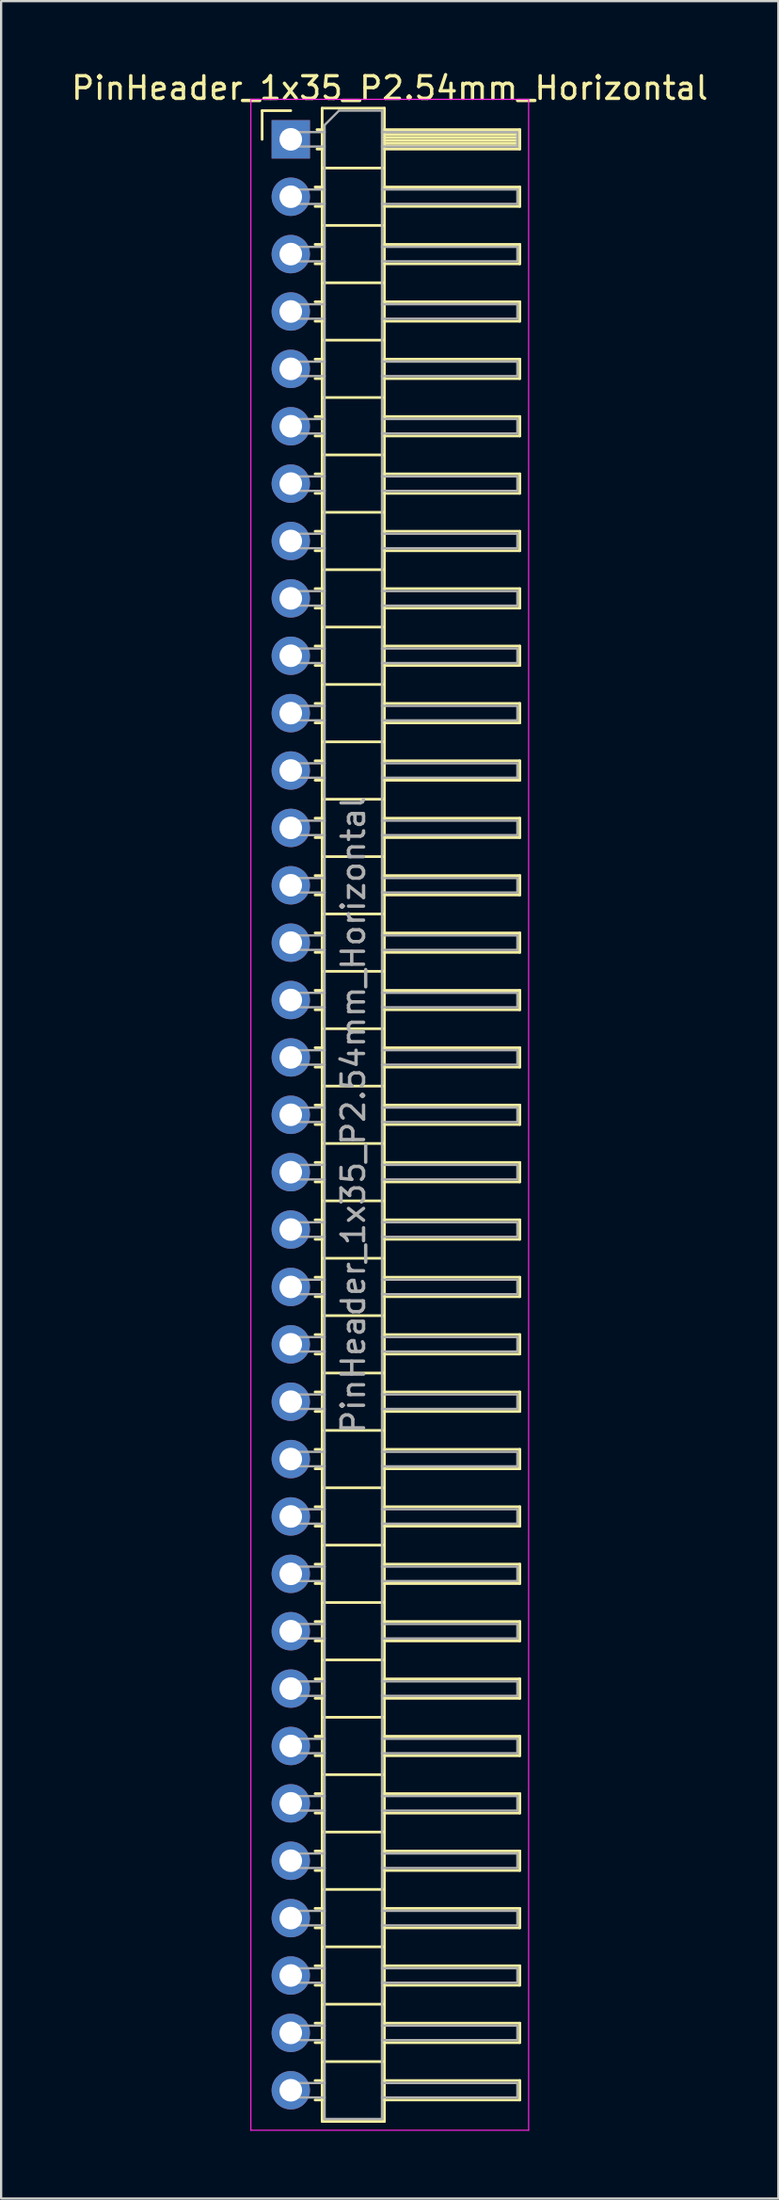
<source format=kicad_pcb>
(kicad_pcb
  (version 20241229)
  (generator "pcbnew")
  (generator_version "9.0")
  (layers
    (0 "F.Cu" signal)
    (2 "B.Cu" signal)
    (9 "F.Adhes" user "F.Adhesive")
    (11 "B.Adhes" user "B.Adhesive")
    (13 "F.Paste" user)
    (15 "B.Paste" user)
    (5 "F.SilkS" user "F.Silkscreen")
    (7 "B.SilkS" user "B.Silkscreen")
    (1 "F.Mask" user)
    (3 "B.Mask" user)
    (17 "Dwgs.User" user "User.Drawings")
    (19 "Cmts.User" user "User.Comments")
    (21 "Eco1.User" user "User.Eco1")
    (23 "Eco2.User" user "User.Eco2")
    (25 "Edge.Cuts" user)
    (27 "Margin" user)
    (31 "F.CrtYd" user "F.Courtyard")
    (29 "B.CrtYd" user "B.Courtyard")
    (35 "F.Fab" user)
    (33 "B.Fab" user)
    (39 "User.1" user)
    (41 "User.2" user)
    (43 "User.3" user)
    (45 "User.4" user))
  (footprint "PinHeader_1x35_P2.54mm_Horizontal"
    (layer "F.Cu")
    (at 9.835 3.118)
    (property "Reference" "PinHeader_1x35_P2.54mm_Horizontal" (at 4.385 -2.27 0) (layer "F.SilkS") (effects (font (size 1 1) (thickness 0.15))))
    (attr through_hole)
    (fp_line (start -1.27 -1.27) (end 0 -1.27) (stroke (width 0.12) (type solid)) (layer "F.SilkS"))
    (fp_line (start -1.27 0) (end -1.27 -1.27) (stroke (width 0.12) (type solid)) (layer "F.SilkS"))
    (fp_line (start 1.077 2.11) (end 1.39 2.11) (stroke (width 0.12) (type solid)) (layer "F.SilkS"))
    (fp_line (start 1.077 2.97) (end 1.39 2.97) (stroke (width 0.12) (type solid)) (layer "F.SilkS"))
    (fp_line (start 1.077 4.65) (end 1.39 4.65) (stroke (width 0.12) (type solid)) (layer "F.SilkS"))
    (fp_line (start 1.077 5.51) (end 1.39 5.51) (stroke (width 0.12) (type solid)) (layer "F.SilkS"))
    (fp_line (start 1.077 7.19) (end 1.39 7.19) (stroke (width 0.12) (type solid)) (layer "F.SilkS"))
    (fp_line (start 1.077 8.05) (end 1.39 8.05) (stroke (width 0.12) (type solid)) (layer "F.SilkS"))
    (fp_line (start 1.077 9.73) (end 1.39 9.73) (stroke (width 0.12) (type solid)) (layer "F.SilkS"))
    (fp_line (start 1.077 10.59) (end 1.39 10.59) (stroke (width 0.12) (type solid)) (layer "F.SilkS"))
    (fp_line (start 1.077 12.27) (end 1.39 12.27) (stroke (width 0.12) (type solid)) (layer "F.SilkS"))
    (fp_line (start 1.077 13.13) (end 1.39 13.13) (stroke (width 0.12) (type solid)) (layer "F.SilkS"))
    (fp_line (start 1.077 14.81) (end 1.39 14.81) (stroke (width 0.12) (type solid)) (layer "F.SilkS"))
    (fp_line (start 1.077 15.67) (end 1.39 15.67) (stroke (width 0.12) (type solid)) (layer "F.SilkS"))
    (fp_line (start 1.077 17.35) (end 1.39 17.35) (stroke (width 0.12) (type solid)) (layer "F.SilkS"))
    (fp_line (start 1.077 18.21) (end 1.39 18.21) (stroke (width 0.12) (type solid)) (layer "F.SilkS"))
    (fp_line (start 1.077 19.89) (end 1.39 19.89) (stroke (width 0.12) (type solid)) (layer "F.SilkS"))
    (fp_line (start 1.077 20.75) (end 1.39 20.75) (stroke (width 0.12) (type solid)) (layer "F.SilkS"))
    (fp_line (start 1.077 22.43) (end 1.39 22.43) (stroke (width 0.12) (type solid)) (layer "F.SilkS"))
    (fp_line (start 1.077 23.29) (end 1.39 23.29) (stroke (width 0.12) (type solid)) (layer "F.SilkS"))
    (fp_line (start 1.077 24.97) (end 1.39 24.97) (stroke (width 0.12) (type solid)) (layer "F.SilkS"))
    (fp_line (start 1.077 25.83) (end 1.39 25.83) (stroke (width 0.12) (type solid)) (layer "F.SilkS"))
    (fp_line (start 1.077 27.51) (end 1.39 27.51) (stroke (width 0.12) (type solid)) (layer "F.SilkS"))
    (fp_line (start 1.077 28.37) (end 1.39 28.37) (stroke (width 0.12) (type solid)) (layer "F.SilkS"))
    (fp_line (start 1.077 30.05) (end 1.39 30.05) (stroke (width 0.12) (type solid)) (layer "F.SilkS"))
    (fp_line (start 1.077 30.91) (end 1.39 30.91) (stroke (width 0.12) (type solid)) (layer "F.SilkS"))
    (fp_line (start 1.077 32.59) (end 1.39 32.59) (stroke (width 0.12) (type solid)) (layer "F.SilkS"))
    (fp_line (start 1.077 33.45) (end 1.39 33.45) (stroke (width 0.12) (type solid)) (layer "F.SilkS"))
    (fp_line (start 1.077 35.13) (end 1.39 35.13) (stroke (width 0.12) (type solid)) (layer "F.SilkS"))
    (fp_line (start 1.077 35.99) (end 1.39 35.99) (stroke (width 0.12) (type solid)) (layer "F.SilkS"))
    (fp_line (start 1.077 37.67) (end 1.39 37.67) (stroke (width 0.12) (type solid)) (layer "F.SilkS"))
    (fp_line (start 1.077 38.53) (end 1.39 38.53) (stroke (width 0.12) (type solid)) (layer "F.SilkS"))
    (fp_line (start 1.077 40.21) (end 1.39 40.21) (stroke (width 0.12) (type solid)) (layer "F.SilkS"))
    (fp_line (start 1.077 41.07) (end 1.39 41.07) (stroke (width 0.12) (type solid)) (layer "F.SilkS"))
    (fp_line (start 1.077 42.75) (end 1.39 42.75) (stroke (width 0.12) (type solid)) (layer "F.SilkS"))
    (fp_line (start 1.077 43.61) (end 1.39 43.61) (stroke (width 0.12) (type solid)) (layer "F.SilkS"))
    (fp_line (start 1.077 45.29) (end 1.39 45.29) (stroke (width 0.12) (type solid)) (layer "F.SilkS"))
    (fp_line (start 1.077 46.15) (end 1.39 46.15) (stroke (width 0.12) (type solid)) (layer "F.SilkS"))
    (fp_line (start 1.077 47.83) (end 1.39 47.83) (stroke (width 0.12) (type solid)) (layer "F.SilkS"))
    (fp_line (start 1.077 48.69) (end 1.39 48.69) (stroke (width 0.12) (type solid)) (layer "F.SilkS"))
    (fp_line (start 1.077 50.37) (end 1.39 50.37) (stroke (width 0.12) (type solid)) (layer "F.SilkS"))
    (fp_line (start 1.077 51.23) (end 1.39 51.23) (stroke (width 0.12) (type solid)) (layer "F.SilkS"))
    (fp_line (start 1.077 52.91) (end 1.39 52.91) (stroke (width 0.12) (type solid)) (layer "F.SilkS"))
    (fp_line (start 1.077 53.77) (end 1.39 53.77) (stroke (width 0.12) (type solid)) (layer "F.SilkS"))
    (fp_line (start 1.077 55.45) (end 1.39 55.45) (stroke (width 0.12) (type solid)) (layer "F.SilkS"))
    (fp_line (start 1.077 56.31) (end 1.39 56.31) (stroke (width 0.12) (type solid)) (layer "F.SilkS"))
    (fp_line (start 1.077 57.99) (end 1.39 57.99) (stroke (width 0.12) (type solid)) (layer "F.SilkS"))
    (fp_line (start 1.077 58.85) (end 1.39 58.85) (stroke (width 0.12) (type solid)) (layer "F.SilkS"))
    (fp_line (start 1.077 60.53) (end 1.39 60.53) (stroke (width 0.12) (type solid)) (layer "F.SilkS"))
    (fp_line (start 1.077 61.39) (end 1.39 61.39) (stroke (width 0.12) (type solid)) (layer "F.SilkS"))
    (fp_line (start 1.077 63.07) (end 1.39 63.07) (stroke (width 0.12) (type solid)) (layer "F.SilkS"))
    (fp_line (start 1.077 63.93) (end 1.39 63.93) (stroke (width 0.12) (type solid)) (layer "F.SilkS"))
    (fp_line (start 1.077 65.61) (end 1.39 65.61) (stroke (width 0.12) (type solid)) (layer "F.SilkS"))
    (fp_line (start 1.077 66.47) (end 1.39 66.47) (stroke (width 0.12) (type solid)) (layer "F.SilkS"))
    (fp_line (start 1.077 68.15) (end 1.39 68.15) (stroke (width 0.12) (type solid)) (layer "F.SilkS"))
    (fp_line (start 1.077 69.01) (end 1.39 69.01) (stroke (width 0.12) (type solid)) (layer "F.SilkS"))
    (fp_line (start 1.077 70.69) (end 1.39 70.69) (stroke (width 0.12) (type solid)) (layer "F.SilkS"))
    (fp_line (start 1.077 71.55) (end 1.39 71.55) (stroke (width 0.12) (type solid)) (layer "F.SilkS"))
    (fp_line (start 1.077 73.23) (end 1.39 73.23) (stroke (width 0.12) (type solid)) (layer "F.SilkS"))
    (fp_line (start 1.077 74.09) (end 1.39 74.09) (stroke (width 0.12) (type solid)) (layer "F.SilkS"))
    (fp_line (start 1.077 75.77) (end 1.39 75.77) (stroke (width 0.12) (type solid)) (layer "F.SilkS"))
    (fp_line (start 1.077 76.63) (end 1.39 76.63) (stroke (width 0.12) (type solid)) (layer "F.SilkS"))
    (fp_line (start 1.077 78.31) (end 1.39 78.31) (stroke (width 0.12) (type solid)) (layer "F.SilkS"))
    (fp_line (start 1.077 79.17) (end 1.39 79.17) (stroke (width 0.12) (type solid)) (layer "F.SilkS"))
    (fp_line (start 1.077 80.85) (end 1.39 80.85) (stroke (width 0.12) (type solid)) (layer "F.SilkS"))
    (fp_line (start 1.077 81.71) (end 1.39 81.71) (stroke (width 0.12) (type solid)) (layer "F.SilkS"))
    (fp_line (start 1.077 83.39) (end 1.39 83.39) (stroke (width 0.12) (type solid)) (layer "F.SilkS"))
    (fp_line (start 1.077 84.25) (end 1.39 84.25) (stroke (width 0.12) (type solid)) (layer "F.SilkS"))
    (fp_line (start 1.077 85.93) (end 1.39 85.93) (stroke (width 0.12) (type solid)) (layer "F.SilkS"))
    (fp_line (start 1.077 86.79) (end 1.39 86.79) (stroke (width 0.12) (type solid)) (layer "F.SilkS"))
    (fp_line (start 1.16 -0.43) (end 1.39 -0.43) (stroke (width 0.12) (type solid)) (layer "F.SilkS"))
    (fp_line (start 1.16 0.43) (end 1.39 0.43) (stroke (width 0.12) (type solid)) (layer "F.SilkS"))
    (fp_line (start 1.39 -1.38) (end 1.39 87.74) (stroke (width 0.12) (type solid)) (layer "F.SilkS"))
    (fp_line (start 1.39 1.27) (end 4.15 1.27) (stroke (width 0.12) (type solid)) (layer "F.SilkS"))
    (fp_line (start 1.39 3.81) (end 4.15 3.81) (stroke (width 0.12) (type solid)) (layer "F.SilkS"))
    (fp_line (start 1.39 6.35) (end 4.15 6.35) (stroke (width 0.12) (type solid)) (layer "F.SilkS"))
    (fp_line (start 1.39 8.89) (end 4.15 8.89) (stroke (width 0.12) (type solid)) (layer "F.SilkS"))
    (fp_line (start 1.39 11.43) (end 4.15 11.43) (stroke (width 0.12) (type solid)) (layer "F.SilkS"))
    (fp_line (start 1.39 13.97) (end 4.15 13.97) (stroke (width 0.12) (type solid)) (layer "F.SilkS"))
    (fp_line (start 1.39 16.51) (end 4.15 16.51) (stroke (width 0.12) (type solid)) (layer "F.SilkS"))
    (fp_line (start 1.39 19.05) (end 4.15 19.05) (stroke (width 0.12) (type solid)) (layer "F.SilkS"))
    (fp_line (start 1.39 21.59) (end 4.15 21.59) (stroke (width 0.12) (type solid)) (layer "F.SilkS"))
    (fp_line (start 1.39 24.13) (end 4.15 24.13) (stroke (width 0.12) (type solid)) (layer "F.SilkS"))
    (fp_line (start 1.39 26.67) (end 4.15 26.67) (stroke (width 0.12) (type solid)) (layer "F.SilkS"))
    (fp_line (start 1.39 29.21) (end 4.15 29.21) (stroke (width 0.12) (type solid)) (layer "F.SilkS"))
    (fp_line (start 1.39 31.75) (end 4.15 31.75) (stroke (width 0.12) (type solid)) (layer "F.SilkS"))
    (fp_line (start 1.39 34.29) (end 4.15 34.29) (stroke (width 0.12) (type solid)) (layer "F.SilkS"))
    (fp_line (start 1.39 36.83) (end 4.15 36.83) (stroke (width 0.12) (type solid)) (layer "F.SilkS"))
    (fp_line (start 1.39 39.37) (end 4.15 39.37) (stroke (width 0.12) (type solid)) (layer "F.SilkS"))
    (fp_line (start 1.39 41.91) (end 4.15 41.91) (stroke (width 0.12) (type solid)) (layer "F.SilkS"))
    (fp_line (start 1.39 44.45) (end 4.15 44.45) (stroke (width 0.12) (type solid)) (layer "F.SilkS"))
    (fp_line (start 1.39 46.99) (end 4.15 46.99) (stroke (width 0.12) (type solid)) (layer "F.SilkS"))
    (fp_line (start 1.39 49.53) (end 4.15 49.53) (stroke (width 0.12) (type solid)) (layer "F.SilkS"))
    (fp_line (start 1.39 52.07) (end 4.15 52.07) (stroke (width 0.12) (type solid)) (layer "F.SilkS"))
    (fp_line (start 1.39 54.61) (end 4.15 54.61) (stroke (width 0.12) (type solid)) (layer "F.SilkS"))
    (fp_line (start 1.39 57.15) (end 4.15 57.15) (stroke (width 0.12) (type solid)) (layer "F.SilkS"))
    (fp_line (start 1.39 59.69) (end 4.15 59.69) (stroke (width 0.12) (type solid)) (layer "F.SilkS"))
    (fp_line (start 1.39 62.23) (end 4.15 62.23) (stroke (width 0.12) (type solid)) (layer "F.SilkS"))
    (fp_line (start 1.39 64.77) (end 4.15 64.77) (stroke (width 0.12) (type solid)) (layer "F.SilkS"))
    (fp_line (start 1.39 67.31) (end 4.15 67.31) (stroke (width 0.12) (type solid)) (layer "F.SilkS"))
    (fp_line (start 1.39 69.85) (end 4.15 69.85) (stroke (width 0.12) (type solid)) (layer "F.SilkS"))
    (fp_line (start 1.39 72.39) (end 4.15 72.39) (stroke (width 0.12) (type solid)) (layer "F.SilkS"))
    (fp_line (start 1.39 74.93) (end 4.15 74.93) (stroke (width 0.12) (type solid)) (layer "F.SilkS"))
    (fp_line (start 1.39 77.47) (end 4.15 77.47) (stroke (width 0.12) (type solid)) (layer "F.SilkS"))
    (fp_line (start 1.39 80.01) (end 4.15 80.01) (stroke (width 0.12) (type solid)) (layer "F.SilkS"))
    (fp_line (start 1.39 82.55) (end 4.15 82.55) (stroke (width 0.12) (type solid)) (layer "F.SilkS"))
    (fp_line (start 1.39 85.09) (end 4.15 85.09) (stroke (width 0.12) (type solid)) (layer "F.SilkS"))
    (fp_line (start 1.39 87.74) (end 4.15 87.74) (stroke (width 0.12) (type solid)) (layer "F.SilkS"))
    (fp_line (start 4.15 -1.38) (end 1.39 -1.38) (stroke (width 0.12) (type solid)) (layer "F.SilkS"))
    (fp_line (start 4.15 -0.43) (end 10.15 -0.43) (stroke (width 0.12) (type solid)) (layer "F.SilkS"))
    (fp_line (start 4.15 -0.32) (end 10.15 -0.32) (stroke (width 0.12) (type solid)) (layer "F.SilkS"))
    (fp_line (start 4.15 -0.2) (end 10.15 -0.2) (stroke (width 0.12) (type solid)) (layer "F.SilkS"))
    (fp_line (start 4.15 -0.08) (end 10.15 -0.08) (stroke (width 0.12) (type solid)) (layer "F.SilkS"))
    (fp_line (start 4.15 0.04) (end 10.15 0.04) (stroke (width 0.12) (type solid)) (layer "F.SilkS"))
    (fp_line (start 4.15 0.16) (end 10.15 0.16) (stroke (width 0.12) (type solid)) (layer "F.SilkS"))
    (fp_line (start 4.15 0.28) (end 10.15 0.28) (stroke (width 0.12) (type solid)) (layer "F.SilkS"))
    (fp_line (start 4.15 2.11) (end 10.15 2.11) (stroke (width 0.12) (type solid)) (layer "F.SilkS"))
    (fp_line (start 4.15 4.65) (end 10.15 4.65) (stroke (width 0.12) (type solid)) (layer "F.SilkS"))
    (fp_line (start 4.15 7.19) (end 10.15 7.19) (stroke (width 0.12) (type solid)) (layer "F.SilkS"))
    (fp_line (start 4.15 9.73) (end 10.15 9.73) (stroke (width 0.12) (type solid)) (layer "F.SilkS"))
    (fp_line (start 4.15 12.27) (end 10.15 12.27) (stroke (width 0.12) (type solid)) (layer "F.SilkS"))
    (fp_line (start 4.15 14.81) (end 10.15 14.81) (stroke (width 0.12) (type solid)) (layer "F.SilkS"))
    (fp_line (start 4.15 17.35) (end 10.15 17.35) (stroke (width 0.12) (type solid)) (layer "F.SilkS"))
    (fp_line (start 4.15 19.89) (end 10.15 19.89) (stroke (width 0.12) (type solid)) (layer "F.SilkS"))
    (fp_line (start 4.15 22.43) (end 10.15 22.43) (stroke (width 0.12) (type solid)) (layer "F.SilkS"))
    (fp_line (start 4.15 24.97) (end 10.15 24.97) (stroke (width 0.12) (type solid)) (layer "F.SilkS"))
    (fp_line (start 4.15 27.51) (end 10.15 27.51) (stroke (width 0.12) (type solid)) (layer "F.SilkS"))
    (fp_line (start 4.15 30.05) (end 10.15 30.05) (stroke (width 0.12) (type solid)) (layer "F.SilkS"))
    (fp_line (start 4.15 32.59) (end 10.15 32.59) (stroke (width 0.12) (type solid)) (layer "F.SilkS"))
    (fp_line (start 4.15 35.13) (end 10.15 35.13) (stroke (width 0.12) (type solid)) (layer "F.SilkS"))
    (fp_line (start 4.15 37.67) (end 10.15 37.67) (stroke (width 0.12) (type solid)) (layer "F.SilkS"))
    (fp_line (start 4.15 40.21) (end 10.15 40.21) (stroke (width 0.12) (type solid)) (layer "F.SilkS"))
    (fp_line (start 4.15 42.75) (end 10.15 42.75) (stroke (width 0.12) (type solid)) (layer "F.SilkS"))
    (fp_line (start 4.15 45.29) (end 10.15 45.29) (stroke (width 0.12) (type solid)) (layer "F.SilkS"))
    (fp_line (start 4.15 47.83) (end 10.15 47.83) (stroke (width 0.12) (type solid)) (layer "F.SilkS"))
    (fp_line (start 4.15 50.37) (end 10.15 50.37) (stroke (width 0.12) (type solid)) (layer "F.SilkS"))
    (fp_line (start 4.15 52.91) (end 10.15 52.91) (stroke (width 0.12) (type solid)) (layer "F.SilkS"))
    (fp_line (start 4.15 55.45) (end 10.15 55.45) (stroke (width 0.12) (type solid)) (layer "F.SilkS"))
    (fp_line (start 4.15 57.99) (end 10.15 57.99) (stroke (width 0.12) (type solid)) (layer "F.SilkS"))
    (fp_line (start 4.15 60.53) (end 10.15 60.53) (stroke (width 0.12) (type solid)) (layer "F.SilkS"))
    (fp_line (start 4.15 63.07) (end 10.15 63.07) (stroke (width 0.12) (type solid)) (layer "F.SilkS"))
    (fp_line (start 4.15 65.61) (end 10.15 65.61) (stroke (width 0.12) (type solid)) (layer "F.SilkS"))
    (fp_line (start 4.15 68.15) (end 10.15 68.15) (stroke (width 0.12) (type solid)) (layer "F.SilkS"))
    (fp_line (start 4.15 70.69) (end 10.15 70.69) (stroke (width 0.12) (type solid)) (layer "F.SilkS"))
    (fp_line (start 4.15 73.23) (end 10.15 73.23) (stroke (width 0.12) (type solid)) (layer "F.SilkS"))
    (fp_line (start 4.15 75.77) (end 10.15 75.77) (stroke (width 0.12) (type solid)) (layer "F.SilkS"))
    (fp_line (start 4.15 78.31) (end 10.15 78.31) (stroke (width 0.12) (type solid)) (layer "F.SilkS"))
    (fp_line (start 4.15 80.85) (end 10.15 80.85) (stroke (width 0.12) (type solid)) (layer "F.SilkS"))
    (fp_line (start 4.15 83.39) (end 10.15 83.39) (stroke (width 0.12) (type solid)) (layer "F.SilkS"))
    (fp_line (start 4.15 85.93) (end 10.15 85.93) (stroke (width 0.12) (type solid)) (layer "F.SilkS"))
    (fp_line (start 4.15 87.74) (end 4.15 -1.38) (stroke (width 0.12) (type solid)) (layer "F.SilkS"))
    (fp_line (start 10.15 -0.43) (end 10.15 0.43) (stroke (width 0.12) (type solid)) (layer "F.SilkS"))
    (fp_line (start 10.15 0.43) (end 4.15 0.43) (stroke (width 0.12) (type solid)) (layer "F.SilkS"))
    (fp_line (start 10.15 2.11) (end 10.15 2.97) (stroke (width 0.12) (type solid)) (layer "F.SilkS"))
    (fp_line (start 10.15 2.97) (end 4.15 2.97) (stroke (width 0.12) (type solid)) (layer "F.SilkS"))
    (fp_line (start 10.15 4.65) (end 10.15 5.51) (stroke (width 0.12) (type solid)) (layer "F.SilkS"))
    (fp_line (start 10.15 5.51) (end 4.15 5.51) (stroke (width 0.12) (type solid)) (layer "F.SilkS"))
    (fp_line (start 10.15 7.19) (end 10.15 8.05) (stroke (width 0.12) (type solid)) (layer "F.SilkS"))
    (fp_line (start 10.15 8.05) (end 4.15 8.05) (stroke (width 0.12) (type solid)) (layer "F.SilkS"))
    (fp_line (start 10.15 9.73) (end 10.15 10.59) (stroke (width 0.12) (type solid)) (layer "F.SilkS"))
    (fp_line (start 10.15 10.59) (end 4.15 10.59) (stroke (width 0.12) (type solid)) (layer "F.SilkS"))
    (fp_line (start 10.15 12.27) (end 10.15 13.13) (stroke (width 0.12) (type solid)) (layer "F.SilkS"))
    (fp_line (start 10.15 13.13) (end 4.15 13.13) (stroke (width 0.12) (type solid)) (layer "F.SilkS"))
    (fp_line (start 10.15 14.81) (end 10.15 15.67) (stroke (width 0.12) (type solid)) (layer "F.SilkS"))
    (fp_line (start 10.15 15.67) (end 4.15 15.67) (stroke (width 0.12) (type solid)) (layer "F.SilkS"))
    (fp_line (start 10.15 17.35) (end 10.15 18.21) (stroke (width 0.12) (type solid)) (layer "F.SilkS"))
    (fp_line (start 10.15 18.21) (end 4.15 18.21) (stroke (width 0.12) (type solid)) (layer "F.SilkS"))
    (fp_line (start 10.15 19.89) (end 10.15 20.75) (stroke (width 0.12) (type solid)) (layer "F.SilkS"))
    (fp_line (start 10.15 20.75) (end 4.15 20.75) (stroke (width 0.12) (type solid)) (layer "F.SilkS"))
    (fp_line (start 10.15 22.43) (end 10.15 23.29) (stroke (width 0.12) (type solid)) (layer "F.SilkS"))
    (fp_line (start 10.15 23.29) (end 4.15 23.29) (stroke (width 0.12) (type solid)) (layer "F.SilkS"))
    (fp_line (start 10.15 24.97) (end 10.15 25.83) (stroke (width 0.12) (type solid)) (layer "F.SilkS"))
    (fp_line (start 10.15 25.83) (end 4.15 25.83) (stroke (width 0.12) (type solid)) (layer "F.SilkS"))
    (fp_line (start 10.15 27.51) (end 10.15 28.37) (stroke (width 0.12) (type solid)) (layer "F.SilkS"))
    (fp_line (start 10.15 28.37) (end 4.15 28.37) (stroke (width 0.12) (type solid)) (layer "F.SilkS"))
    (fp_line (start 10.15 30.05) (end 10.15 30.91) (stroke (width 0.12) (type solid)) (layer "F.SilkS"))
    (fp_line (start 10.15 30.91) (end 4.15 30.91) (stroke (width 0.12) (type solid)) (layer "F.SilkS"))
    (fp_line (start 10.15 32.59) (end 10.15 33.45) (stroke (width 0.12) (type solid)) (layer "F.SilkS"))
    (fp_line (start 10.15 33.45) (end 4.15 33.45) (stroke (width 0.12) (type solid)) (layer "F.SilkS"))
    (fp_line (start 10.15 35.13) (end 10.15 35.99) (stroke (width 0.12) (type solid)) (layer "F.SilkS"))
    (fp_line (start 10.15 35.99) (end 4.15 35.99) (stroke (width 0.12) (type solid)) (layer "F.SilkS"))
    (fp_line (start 10.15 37.67) (end 10.15 38.53) (stroke (width 0.12) (type solid)) (layer "F.SilkS"))
    (fp_line (start 10.15 38.53) (end 4.15 38.53) (stroke (width 0.12) (type solid)) (layer "F.SilkS"))
    (fp_line (start 10.15 40.21) (end 10.15 41.07) (stroke (width 0.12) (type solid)) (layer "F.SilkS"))
    (fp_line (start 10.15 41.07) (end 4.15 41.07) (stroke (width 0.12) (type solid)) (layer "F.SilkS"))
    (fp_line (start 10.15 42.75) (end 10.15 43.61) (stroke (width 0.12) (type solid)) (layer "F.SilkS"))
    (fp_line (start 10.15 43.61) (end 4.15 43.61) (stroke (width 0.12) (type solid)) (layer "F.SilkS"))
    (fp_line (start 10.15 45.29) (end 10.15 46.15) (stroke (width 0.12) (type solid)) (layer "F.SilkS"))
    (fp_line (start 10.15 46.15) (end 4.15 46.15) (stroke (width 0.12) (type solid)) (layer "F.SilkS"))
    (fp_line (start 10.15 47.83) (end 10.15 48.69) (stroke (width 0.12) (type solid)) (layer "F.SilkS"))
    (fp_line (start 10.15 48.69) (end 4.15 48.69) (stroke (width 0.12) (type solid)) (layer "F.SilkS"))
    (fp_line (start 10.15 50.37) (end 10.15 51.23) (stroke (width 0.12) (type solid)) (layer "F.SilkS"))
    (fp_line (start 10.15 51.23) (end 4.15 51.23) (stroke (width 0.12) (type solid)) (layer "F.SilkS"))
    (fp_line (start 10.15 52.91) (end 10.15 53.77) (stroke (width 0.12) (type solid)) (layer "F.SilkS"))
    (fp_line (start 10.15 53.77) (end 4.15 53.77) (stroke (width 0.12) (type solid)) (layer "F.SilkS"))
    (fp_line (start 10.15 55.45) (end 10.15 56.31) (stroke (width 0.12) (type solid)) (layer "F.SilkS"))
    (fp_line (start 10.15 56.31) (end 4.15 56.31) (stroke (width 0.12) (type solid)) (layer "F.SilkS"))
    (fp_line (start 10.15 57.99) (end 10.15 58.85) (stroke (width 0.12) (type solid)) (layer "F.SilkS"))
    (fp_line (start 10.15 58.85) (end 4.15 58.85) (stroke (width 0.12) (type solid)) (layer "F.SilkS"))
    (fp_line (start 10.15 60.53) (end 10.15 61.39) (stroke (width 0.12) (type solid)) (layer "F.SilkS"))
    (fp_line (start 10.15 61.39) (end 4.15 61.39) (stroke (width 0.12) (type solid)) (layer "F.SilkS"))
    (fp_line (start 10.15 63.07) (end 10.15 63.93) (stroke (width 0.12) (type solid)) (layer "F.SilkS"))
    (fp_line (start 10.15 63.93) (end 4.15 63.93) (stroke (width 0.12) (type solid)) (layer "F.SilkS"))
    (fp_line (start 10.15 65.61) (end 10.15 66.47) (stroke (width 0.12) (type solid)) (layer "F.SilkS"))
    (fp_line (start 10.15 66.47) (end 4.15 66.47) (stroke (width 0.12) (type solid)) (layer "F.SilkS"))
    (fp_line (start 10.15 68.15) (end 10.15 69.01) (stroke (width 0.12) (type solid)) (layer "F.SilkS"))
    (fp_line (start 10.15 69.01) (end 4.15 69.01) (stroke (width 0.12) (type solid)) (layer "F.SilkS"))
    (fp_line (start 10.15 70.69) (end 10.15 71.55) (stroke (width 0.12) (type solid)) (layer "F.SilkS"))
    (fp_line (start 10.15 71.55) (end 4.15 71.55) (stroke (width 0.12) (type solid)) (layer "F.SilkS"))
    (fp_line (start 10.15 73.23) (end 10.15 74.09) (stroke (width 0.12) (type solid)) (layer "F.SilkS"))
    (fp_line (start 10.15 74.09) (end 4.15 74.09) (stroke (width 0.12) (type solid)) (layer "F.SilkS"))
    (fp_line (start 10.15 75.77) (end 10.15 76.63) (stroke (width 0.12) (type solid)) (layer "F.SilkS"))
    (fp_line (start 10.15 76.63) (end 4.15 76.63) (stroke (width 0.12) (type solid)) (layer "F.SilkS"))
    (fp_line (start 10.15 78.31) (end 10.15 79.17) (stroke (width 0.12) (type solid)) (layer "F.SilkS"))
    (fp_line (start 10.15 79.17) (end 4.15 79.17) (stroke (width 0.12) (type solid)) (layer "F.SilkS"))
    (fp_line (start 10.15 80.85) (end 10.15 81.71) (stroke (width 0.12) (type solid)) (layer "F.SilkS"))
    (fp_line (start 10.15 81.71) (end 4.15 81.71) (stroke (width 0.12) (type solid)) (layer "F.SilkS"))
    (fp_line (start 10.15 83.39) (end 10.15 84.25) (stroke (width 0.12) (type solid)) (layer "F.SilkS"))
    (fp_line (start 10.15 84.25) (end 4.15 84.25) (stroke (width 0.12) (type solid)) (layer "F.SilkS"))
    (fp_line (start 10.15 85.93) (end 10.15 86.79) (stroke (width 0.12) (type solid)) (layer "F.SilkS"))
    (fp_line (start 10.15 86.79) (end 4.15 86.79) (stroke (width 0.12) (type solid)) (layer "F.SilkS"))
    (fp_line (start -1.77 -1.77) (end -1.77 88.13) (stroke (width 0.05) (type solid)) (layer "F.CrtYd"))
    (fp_line (start -1.77 88.13) (end 10.54 88.13) (stroke (width 0.05) (type solid)) (layer "F.CrtYd"))
    (fp_line (start 10.54 -1.77) (end -1.77 -1.77) (stroke (width 0.05) (type solid)) (layer "F.CrtYd"))
    (fp_line (start 10.54 88.13) (end 10.54 -1.77) (stroke (width 0.05) (type solid)) (layer "F.CrtYd"))
    (fp_line (start -0.32 -0.32) (end -0.32 0.32) (stroke (width 0.1) (type solid)) (layer "F.Fab"))
    (fp_line (start -0.32 -0.32) (end 1.5 -0.32) (stroke (width 0.1) (type solid)) (layer "F.Fab"))
    (fp_line (start -0.32 0.32) (end 1.5 0.32) (stroke (width 0.1) (type solid)) (layer "F.Fab"))
    (fp_line (start -0.32 2.22) (end -0.32 2.86) (stroke (width 0.1) (type solid)) (layer "F.Fab"))
    (fp_line (start -0.32 2.22) (end 1.5 2.22) (stroke (width 0.1) (type solid)) (layer "F.Fab"))
    (fp_line (start -0.32 2.86) (end 1.5 2.86) (stroke (width 0.1) (type solid)) (layer "F.Fab"))
    (fp_line (start -0.32 4.76) (end -0.32 5.4) (stroke (width 0.1) (type solid)) (layer "F.Fab"))
    (fp_line (start -0.32 4.76) (end 1.5 4.76) (stroke (width 0.1) (type solid)) (layer "F.Fab"))
    (fp_line (start -0.32 5.4) (end 1.5 5.4) (stroke (width 0.1) (type solid)) (layer "F.Fab"))
    (fp_line (start -0.32 7.3) (end -0.32 7.94) (stroke (width 0.1) (type solid)) (layer "F.Fab"))
    (fp_line (start -0.32 7.3) (end 1.5 7.3) (stroke (width 0.1) (type solid)) (layer "F.Fab"))
    (fp_line (start -0.32 7.94) (end 1.5 7.94) (stroke (width 0.1) (type solid)) (layer "F.Fab"))
    (fp_line (start -0.32 9.84) (end -0.32 10.48) (stroke (width 0.1) (type solid)) (layer "F.Fab"))
    (fp_line (start -0.32 9.84) (end 1.5 9.84) (stroke (width 0.1) (type solid)) (layer "F.Fab"))
    (fp_line (start -0.32 10.48) (end 1.5 10.48) (stroke (width 0.1) (type solid)) (layer "F.Fab"))
    (fp_line (start -0.32 12.38) (end -0.32 13.02) (stroke (width 0.1) (type solid)) (layer "F.Fab"))
    (fp_line (start -0.32 12.38) (end 1.5 12.38) (stroke (width 0.1) (type solid)) (layer "F.Fab"))
    (fp_line (start -0.32 13.02) (end 1.5 13.02) (stroke (width 0.1) (type solid)) (layer "F.Fab"))
    (fp_line (start -0.32 14.92) (end -0.32 15.56) (stroke (width 0.1) (type solid)) (layer "F.Fab"))
    (fp_line (start -0.32 14.92) (end 1.5 14.92) (stroke (width 0.1) (type solid)) (layer "F.Fab"))
    (fp_line (start -0.32 15.56) (end 1.5 15.56) (stroke (width 0.1) (type solid)) (layer "F.Fab"))
    (fp_line (start -0.32 17.46) (end -0.32 18.1) (stroke (width 0.1) (type solid)) (layer "F.Fab"))
    (fp_line (start -0.32 17.46) (end 1.5 17.46) (stroke (width 0.1) (type solid)) (layer "F.Fab"))
    (fp_line (start -0.32 18.1) (end 1.5 18.1) (stroke (width 0.1) (type solid)) (layer "F.Fab"))
    (fp_line (start -0.32 20) (end -0.32 20.64) (stroke (width 0.1) (type solid)) (layer "F.Fab"))
    (fp_line (start -0.32 20) (end 1.5 20) (stroke (width 0.1) (type solid)) (layer "F.Fab"))
    (fp_line (start -0.32 20.64) (end 1.5 20.64) (stroke (width 0.1) (type solid)) (layer "F.Fab"))
    (fp_line (start -0.32 22.54) (end -0.32 23.18) (stroke (width 0.1) (type solid)) (layer "F.Fab"))
    (fp_line (start -0.32 22.54) (end 1.5 22.54) (stroke (width 0.1) (type solid)) (layer "F.Fab"))
    (fp_line (start -0.32 23.18) (end 1.5 23.18) (stroke (width 0.1) (type solid)) (layer "F.Fab"))
    (fp_line (start -0.32 25.08) (end -0.32 25.72) (stroke (width 0.1) (type solid)) (layer "F.Fab"))
    (fp_line (start -0.32 25.08) (end 1.5 25.08) (stroke (width 0.1) (type solid)) (layer "F.Fab"))
    (fp_line (start -0.32 25.72) (end 1.5 25.72) (stroke (width 0.1) (type solid)) (layer "F.Fab"))
    (fp_line (start -0.32 27.62) (end -0.32 28.26) (stroke (width 0.1) (type solid)) (layer "F.Fab"))
    (fp_line (start -0.32 27.62) (end 1.5 27.62) (stroke (width 0.1) (type solid)) (layer "F.Fab"))
    (fp_line (start -0.32 28.26) (end 1.5 28.26) (stroke (width 0.1) (type solid)) (layer "F.Fab"))
    (fp_line (start -0.32 30.16) (end -0.32 30.8) (stroke (width 0.1) (type solid)) (layer "F.Fab"))
    (fp_line (start -0.32 30.16) (end 1.5 30.16) (stroke (width 0.1) (type solid)) (layer "F.Fab"))
    (fp_line (start -0.32 30.8) (end 1.5 30.8) (stroke (width 0.1) (type solid)) (layer "F.Fab"))
    (fp_line (start -0.32 32.7) (end -0.32 33.34) (stroke (width 0.1) (type solid)) (layer "F.Fab"))
    (fp_line (start -0.32 32.7) (end 1.5 32.7) (stroke (width 0.1) (type solid)) (layer "F.Fab"))
    (fp_line (start -0.32 33.34) (end 1.5 33.34) (stroke (width 0.1) (type solid)) (layer "F.Fab"))
    (fp_line (start -0.32 35.24) (end -0.32 35.88) (stroke (width 0.1) (type solid)) (layer "F.Fab"))
    (fp_line (start -0.32 35.24) (end 1.5 35.24) (stroke (width 0.1) (type solid)) (layer "F.Fab"))
    (fp_line (start -0.32 35.88) (end 1.5 35.88) (stroke (width 0.1) (type solid)) (layer "F.Fab"))
    (fp_line (start -0.32 37.78) (end -0.32 38.42) (stroke (width 0.1) (type solid)) (layer "F.Fab"))
    (fp_line (start -0.32 37.78) (end 1.5 37.78) (stroke (width 0.1) (type solid)) (layer "F.Fab"))
    (fp_line (start -0.32 38.42) (end 1.5 38.42) (stroke (width 0.1) (type solid)) (layer "F.Fab"))
    (fp_line (start -0.32 40.32) (end -0.32 40.96) (stroke (width 0.1) (type solid)) (layer "F.Fab"))
    (fp_line (start -0.32 40.32) (end 1.5 40.32) (stroke (width 0.1) (type solid)) (layer "F.Fab"))
    (fp_line (start -0.32 40.96) (end 1.5 40.96) (stroke (width 0.1) (type solid)) (layer "F.Fab"))
    (fp_line (start -0.32 42.86) (end -0.32 43.5) (stroke (width 0.1) (type solid)) (layer "F.Fab"))
    (fp_line (start -0.32 42.86) (end 1.5 42.86) (stroke (width 0.1) (type solid)) (layer "F.Fab"))
    (fp_line (start -0.32 43.5) (end 1.5 43.5) (stroke (width 0.1) (type solid)) (layer "F.Fab"))
    (fp_line (start -0.32 45.4) (end -0.32 46.04) (stroke (width 0.1) (type solid)) (layer "F.Fab"))
    (fp_line (start -0.32 45.4) (end 1.5 45.4) (stroke (width 0.1) (type solid)) (layer "F.Fab"))
    (fp_line (start -0.32 46.04) (end 1.5 46.04) (stroke (width 0.1) (type solid)) (layer "F.Fab"))
    (fp_line (start -0.32 47.94) (end -0.32 48.58) (stroke (width 0.1) (type solid)) (layer "F.Fab"))
    (fp_line (start -0.32 47.94) (end 1.5 47.94) (stroke (width 0.1) (type solid)) (layer "F.Fab"))
    (fp_line (start -0.32 48.58) (end 1.5 48.58) (stroke (width 0.1) (type solid)) (layer "F.Fab"))
    (fp_line (start -0.32 50.48) (end -0.32 51.12) (stroke (width 0.1) (type solid)) (layer "F.Fab"))
    (fp_line (start -0.32 50.48) (end 1.5 50.48) (stroke (width 0.1) (type solid)) (layer "F.Fab"))
    (fp_line (start -0.32 51.12) (end 1.5 51.12) (stroke (width 0.1) (type solid)) (layer "F.Fab"))
    (fp_line (start -0.32 53.02) (end -0.32 53.66) (stroke (width 0.1) (type solid)) (layer "F.Fab"))
    (fp_line (start -0.32 53.02) (end 1.5 53.02) (stroke (width 0.1) (type solid)) (layer "F.Fab"))
    (fp_line (start -0.32 53.66) (end 1.5 53.66) (stroke (width 0.1) (type solid)) (layer "F.Fab"))
    (fp_line (start -0.32 55.56) (end -0.32 56.2) (stroke (width 0.1) (type solid)) (layer "F.Fab"))
    (fp_line (start -0.32 55.56) (end 1.5 55.56) (stroke (width 0.1) (type solid)) (layer "F.Fab"))
    (fp_line (start -0.32 56.2) (end 1.5 56.2) (stroke (width 0.1) (type solid)) (layer "F.Fab"))
    (fp_line (start -0.32 58.1) (end -0.32 58.74) (stroke (width 0.1) (type solid)) (layer "F.Fab"))
    (fp_line (start -0.32 58.1) (end 1.5 58.1) (stroke (width 0.1) (type solid)) (layer "F.Fab"))
    (fp_line (start -0.32 58.74) (end 1.5 58.74) (stroke (width 0.1) (type solid)) (layer "F.Fab"))
    (fp_line (start -0.32 60.64) (end -0.32 61.28) (stroke (width 0.1) (type solid)) (layer "F.Fab"))
    (fp_line (start -0.32 60.64) (end 1.5 60.64) (stroke (width 0.1) (type solid)) (layer "F.Fab"))
    (fp_line (start -0.32 61.28) (end 1.5 61.28) (stroke (width 0.1) (type solid)) (layer "F.Fab"))
    (fp_line (start -0.32 63.18) (end -0.32 63.82) (stroke (width 0.1) (type solid)) (layer "F.Fab"))
    (fp_line (start -0.32 63.18) (end 1.5 63.18) (stroke (width 0.1) (type solid)) (layer "F.Fab"))
    (fp_line (start -0.32 63.82) (end 1.5 63.82) (stroke (width 0.1) (type solid)) (layer "F.Fab"))
    (fp_line (start -0.32 65.72) (end -0.32 66.36) (stroke (width 0.1) (type solid)) (layer "F.Fab"))
    (fp_line (start -0.32 65.72) (end 1.5 65.72) (stroke (width 0.1) (type solid)) (layer "F.Fab"))
    (fp_line (start -0.32 66.36) (end 1.5 66.36) (stroke (width 0.1) (type solid)) (layer "F.Fab"))
    (fp_line (start -0.32 68.26) (end -0.32 68.9) (stroke (width 0.1) (type solid)) (layer "F.Fab"))
    (fp_line (start -0.32 68.26) (end 1.5 68.26) (stroke (width 0.1) (type solid)) (layer "F.Fab"))
    (fp_line (start -0.32 68.9) (end 1.5 68.9) (stroke (width 0.1) (type solid)) (layer "F.Fab"))
    (fp_line (start -0.32 70.8) (end -0.32 71.44) (stroke (width 0.1) (type solid)) (layer "F.Fab"))
    (fp_line (start -0.32 70.8) (end 1.5 70.8) (stroke (width 0.1) (type solid)) (layer "F.Fab"))
    (fp_line (start -0.32 71.44) (end 1.5 71.44) (stroke (width 0.1) (type solid)) (layer "F.Fab"))
    (fp_line (start -0.32 73.34) (end -0.32 73.98) (stroke (width 0.1) (type solid)) (layer "F.Fab"))
    (fp_line (start -0.32 73.34) (end 1.5 73.34) (stroke (width 0.1) (type solid)) (layer "F.Fab"))
    (fp_line (start -0.32 73.98) (end 1.5 73.98) (stroke (width 0.1) (type solid)) (layer "F.Fab"))
    (fp_line (start -0.32 75.88) (end -0.32 76.52) (stroke (width 0.1) (type solid)) (layer "F.Fab"))
    (fp_line (start -0.32 75.88) (end 1.5 75.88) (stroke (width 0.1) (type solid)) (layer "F.Fab"))
    (fp_line (start -0.32 76.52) (end 1.5 76.52) (stroke (width 0.1) (type solid)) (layer "F.Fab"))
    (fp_line (start -0.32 78.42) (end -0.32 79.06) (stroke (width 0.1) (type solid)) (layer "F.Fab"))
    (fp_line (start -0.32 78.42) (end 1.5 78.42) (stroke (width 0.1) (type solid)) (layer "F.Fab"))
    (fp_line (start -0.32 79.06) (end 1.5 79.06) (stroke (width 0.1) (type solid)) (layer "F.Fab"))
    (fp_line (start -0.32 80.96) (end -0.32 81.6) (stroke (width 0.1) (type solid)) (layer "F.Fab"))
    (fp_line (start -0.32 80.96) (end 1.5 80.96) (stroke (width 0.1) (type solid)) (layer "F.Fab"))
    (fp_line (start -0.32 81.6) (end 1.5 81.6) (stroke (width 0.1) (type solid)) (layer "F.Fab"))
    (fp_line (start -0.32 83.5) (end -0.32 84.14) (stroke (width 0.1) (type solid)) (layer "F.Fab"))
    (fp_line (start -0.32 83.5) (end 1.5 83.5) (stroke (width 0.1) (type solid)) (layer "F.Fab"))
    (fp_line (start -0.32 84.14) (end 1.5 84.14) (stroke (width 0.1) (type solid)) (layer "F.Fab"))
    (fp_line (start -0.32 86.04) (end -0.32 86.68) (stroke (width 0.1) (type solid)) (layer "F.Fab"))
    (fp_line (start -0.32 86.04) (end 1.5 86.04) (stroke (width 0.1) (type solid)) (layer "F.Fab"))
    (fp_line (start -0.32 86.68) (end 1.5 86.68) (stroke (width 0.1) (type solid)) (layer "F.Fab"))
    (fp_line (start 1.5 -0.635) (end 2.135 -1.27) (stroke (width 0.1) (type solid)) (layer "F.Fab"))
    (fp_line (start 1.5 87.63) (end 1.5 -0.635) (stroke (width 0.1) (type solid)) (layer "F.Fab"))
    (fp_line (start 2.135 -1.27) (end 4.04 -1.27) (stroke (width 0.1) (type solid)) (layer "F.Fab"))
    (fp_line (start 4.04 -1.27) (end 4.04 87.63) (stroke (width 0.1) (type solid)) (layer "F.Fab"))
    (fp_line (start 4.04 -0.32) (end 10.04 -0.32) (stroke (width 0.1) (type solid)) (layer "F.Fab"))
    (fp_line (start 4.04 0.32) (end 10.04 0.32) (stroke (width 0.1) (type solid)) (layer "F.Fab"))
    (fp_line (start 4.04 2.22) (end 10.04 2.22) (stroke (width 0.1) (type solid)) (layer "F.Fab"))
    (fp_line (start 4.04 2.86) (end 10.04 2.86) (stroke (width 0.1) (type solid)) (layer "F.Fab"))
    (fp_line (start 4.04 4.76) (end 10.04 4.76) (stroke (width 0.1) (type solid)) (layer "F.Fab"))
    (fp_line (start 4.04 5.4) (end 10.04 5.4) (stroke (width 0.1) (type solid)) (layer "F.Fab"))
    (fp_line (start 4.04 7.3) (end 10.04 7.3) (stroke (width 0.1) (type solid)) (layer "F.Fab"))
    (fp_line (start 4.04 7.94) (end 10.04 7.94) (stroke (width 0.1) (type solid)) (layer "F.Fab"))
    (fp_line (start 4.04 9.84) (end 10.04 9.84) (stroke (width 0.1) (type solid)) (layer "F.Fab"))
    (fp_line (start 4.04 10.48) (end 10.04 10.48) (stroke (width 0.1) (type solid)) (layer "F.Fab"))
    (fp_line (start 4.04 12.38) (end 10.04 12.38) (stroke (width 0.1) (type solid)) (layer "F.Fab"))
    (fp_line (start 4.04 13.02) (end 10.04 13.02) (stroke (width 0.1) (type solid)) (layer "F.Fab"))
    (fp_line (start 4.04 14.92) (end 10.04 14.92) (stroke (width 0.1) (type solid)) (layer "F.Fab"))
    (fp_line (start 4.04 15.56) (end 10.04 15.56) (stroke (width 0.1) (type solid)) (layer "F.Fab"))
    (fp_line (start 4.04 17.46) (end 10.04 17.46) (stroke (width 0.1) (type solid)) (layer "F.Fab"))
    (fp_line (start 4.04 18.1) (end 10.04 18.1) (stroke (width 0.1) (type solid)) (layer "F.Fab"))
    (fp_line (start 4.04 20) (end 10.04 20) (stroke (width 0.1) (type solid)) (layer "F.Fab"))
    (fp_line (start 4.04 20.64) (end 10.04 20.64) (stroke (width 0.1) (type solid)) (layer "F.Fab"))
    (fp_line (start 4.04 22.54) (end 10.04 22.54) (stroke (width 0.1) (type solid)) (layer "F.Fab"))
    (fp_line (start 4.04 23.18) (end 10.04 23.18) (stroke (width 0.1) (type solid)) (layer "F.Fab"))
    (fp_line (start 4.04 25.08) (end 10.04 25.08) (stroke (width 0.1) (type solid)) (layer "F.Fab"))
    (fp_line (start 4.04 25.72) (end 10.04 25.72) (stroke (width 0.1) (type solid)) (layer "F.Fab"))
    (fp_line (start 4.04 27.62) (end 10.04 27.62) (stroke (width 0.1) (type solid)) (layer "F.Fab"))
    (fp_line (start 4.04 28.26) (end 10.04 28.26) (stroke (width 0.1) (type solid)) (layer "F.Fab"))
    (fp_line (start 4.04 30.16) (end 10.04 30.16) (stroke (width 0.1) (type solid)) (layer "F.Fab"))
    (fp_line (start 4.04 30.8) (end 10.04 30.8) (stroke (width 0.1) (type solid)) (layer "F.Fab"))
    (fp_line (start 4.04 32.7) (end 10.04 32.7) (stroke (width 0.1) (type solid)) (layer "F.Fab"))
    (fp_line (start 4.04 33.34) (end 10.04 33.34) (stroke (width 0.1) (type solid)) (layer "F.Fab"))
    (fp_line (start 4.04 35.24) (end 10.04 35.24) (stroke (width 0.1) (type solid)) (layer "F.Fab"))
    (fp_line (start 4.04 35.88) (end 10.04 35.88) (stroke (width 0.1) (type solid)) (layer "F.Fab"))
    (fp_line (start 4.04 37.78) (end 10.04 37.78) (stroke (width 0.1) (type solid)) (layer "F.Fab"))
    (fp_line (start 4.04 38.42) (end 10.04 38.42) (stroke (width 0.1) (type solid)) (layer "F.Fab"))
    (fp_line (start 4.04 40.32) (end 10.04 40.32) (stroke (width 0.1) (type solid)) (layer "F.Fab"))
    (fp_line (start 4.04 40.96) (end 10.04 40.96) (stroke (width 0.1) (type solid)) (layer "F.Fab"))
    (fp_line (start 4.04 42.86) (end 10.04 42.86) (stroke (width 0.1) (type solid)) (layer "F.Fab"))
    (fp_line (start 4.04 43.5) (end 10.04 43.5) (stroke (width 0.1) (type solid)) (layer "F.Fab"))
    (fp_line (start 4.04 45.4) (end 10.04 45.4) (stroke (width 0.1) (type solid)) (layer "F.Fab"))
    (fp_line (start 4.04 46.04) (end 10.04 46.04) (stroke (width 0.1) (type solid)) (layer "F.Fab"))
    (fp_line (start 4.04 47.94) (end 10.04 47.94) (stroke (width 0.1) (type solid)) (layer "F.Fab"))
    (fp_line (start 4.04 48.58) (end 10.04 48.58) (stroke (width 0.1) (type solid)) (layer "F.Fab"))
    (fp_line (start 4.04 50.48) (end 10.04 50.48) (stroke (width 0.1) (type solid)) (layer "F.Fab"))
    (fp_line (start 4.04 51.12) (end 10.04 51.12) (stroke (width 0.1) (type solid)) (layer "F.Fab"))
    (fp_line (start 4.04 53.02) (end 10.04 53.02) (stroke (width 0.1) (type solid)) (layer "F.Fab"))
    (fp_line (start 4.04 53.66) (end 10.04 53.66) (stroke (width 0.1) (type solid)) (layer "F.Fab"))
    (fp_line (start 4.04 55.56) (end 10.04 55.56) (stroke (width 0.1) (type solid)) (layer "F.Fab"))
    (fp_line (start 4.04 56.2) (end 10.04 56.2) (stroke (width 0.1) (type solid)) (layer "F.Fab"))
    (fp_line (start 4.04 58.1) (end 10.04 58.1) (stroke (width 0.1) (type solid)) (layer "F.Fab"))
    (fp_line (start 4.04 58.74) (end 10.04 58.74) (stroke (width 0.1) (type solid)) (layer "F.Fab"))
    (fp_line (start 4.04 60.64) (end 10.04 60.64) (stroke (width 0.1) (type solid)) (layer "F.Fab"))
    (fp_line (start 4.04 61.28) (end 10.04 61.28) (stroke (width 0.1) (type solid)) (layer "F.Fab"))
    (fp_line (start 4.04 63.18) (end 10.04 63.18) (stroke (width 0.1) (type solid)) (layer "F.Fab"))
    (fp_line (start 4.04 63.82) (end 10.04 63.82) (stroke (width 0.1) (type solid)) (layer "F.Fab"))
    (fp_line (start 4.04 65.72) (end 10.04 65.72) (stroke (width 0.1) (type solid)) (layer "F.Fab"))
    (fp_line (start 4.04 66.36) (end 10.04 66.36) (stroke (width 0.1) (type solid)) (layer "F.Fab"))
    (fp_line (start 4.04 68.26) (end 10.04 68.26) (stroke (width 0.1) (type solid)) (layer "F.Fab"))
    (fp_line (start 4.04 68.9) (end 10.04 68.9) (stroke (width 0.1) (type solid)) (layer "F.Fab"))
    (fp_line (start 4.04 70.8) (end 10.04 70.8) (stroke (width 0.1) (type solid)) (layer "F.Fab"))
    (fp_line (start 4.04 71.44) (end 10.04 71.44) (stroke (width 0.1) (type solid)) (layer "F.Fab"))
    (fp_line (start 4.04 73.34) (end 10.04 73.34) (stroke (width 0.1) (type solid)) (layer "F.Fab"))
    (fp_line (start 4.04 73.98) (end 10.04 73.98) (stroke (width 0.1) (type solid)) (layer "F.Fab"))
    (fp_line (start 4.04 75.88) (end 10.04 75.88) (stroke (width 0.1) (type solid)) (layer "F.Fab"))
    (fp_line (start 4.04 76.52) (end 10.04 76.52) (stroke (width 0.1) (type solid)) (layer "F.Fab"))
    (fp_line (start 4.04 78.42) (end 10.04 78.42) (stroke (width 0.1) (type solid)) (layer "F.Fab"))
    (fp_line (start 4.04 79.06) (end 10.04 79.06) (stroke (width 0.1) (type solid)) (layer "F.Fab"))
    (fp_line (start 4.04 80.96) (end 10.04 80.96) (stroke (width 0.1) (type solid)) (layer "F.Fab"))
    (fp_line (start 4.04 81.6) (end 10.04 81.6) (stroke (width 0.1) (type solid)) (layer "F.Fab"))
    (fp_line (start 4.04 83.5) (end 10.04 83.5) (stroke (width 0.1) (type solid)) (layer "F.Fab"))
    (fp_line (start 4.04 84.14) (end 10.04 84.14) (stroke (width 0.1) (type solid)) (layer "F.Fab"))
    (fp_line (start 4.04 86.04) (end 10.04 86.04) (stroke (width 0.1) (type solid)) (layer "F.Fab"))
    (fp_line (start 4.04 86.68) (end 10.04 86.68) (stroke (width 0.1) (type solid)) (layer "F.Fab"))
    (fp_line (start 4.04 87.63) (end 1.5 87.63) (stroke (width 0.1) (type solid)) (layer "F.Fab"))
    (fp_line (start 10.04 -0.32) (end 10.04 0.32) (stroke (width 0.1) (type solid)) (layer "F.Fab"))
    (fp_line (start 10.04 2.22) (end 10.04 2.86) (stroke (width 0.1) (type solid)) (layer "F.Fab"))
    (fp_line (start 10.04 4.76) (end 10.04 5.4) (stroke (width 0.1) (type solid)) (layer "F.Fab"))
    (fp_line (start 10.04 7.3) (end 10.04 7.94) (stroke (width 0.1) (type solid)) (layer "F.Fab"))
    (fp_line (start 10.04 9.84) (end 10.04 10.48) (stroke (width 0.1) (type solid)) (layer "F.Fab"))
    (fp_line (start 10.04 12.38) (end 10.04 13.02) (stroke (width 0.1) (type solid)) (layer "F.Fab"))
    (fp_line (start 10.04 14.92) (end 10.04 15.56) (stroke (width 0.1) (type solid)) (layer "F.Fab"))
    (fp_line (start 10.04 17.46) (end 10.04 18.1) (stroke (width 0.1) (type solid)) (layer "F.Fab"))
    (fp_line (start 10.04 20) (end 10.04 20.64) (stroke (width 0.1) (type solid)) (layer "F.Fab"))
    (fp_line (start 10.04 22.54) (end 10.04 23.18) (stroke (width 0.1) (type solid)) (layer "F.Fab"))
    (fp_line (start 10.04 25.08) (end 10.04 25.72) (stroke (width 0.1) (type solid)) (layer "F.Fab"))
    (fp_line (start 10.04 27.62) (end 10.04 28.26) (stroke (width 0.1) (type solid)) (layer "F.Fab"))
    (fp_line (start 10.04 30.16) (end 10.04 30.8) (stroke (width 0.1) (type solid)) (layer "F.Fab"))
    (fp_line (start 10.04 32.7) (end 10.04 33.34) (stroke (width 0.1) (type solid)) (layer "F.Fab"))
    (fp_line (start 10.04 35.24) (end 10.04 35.88) (stroke (width 0.1) (type solid)) (layer "F.Fab"))
    (fp_line (start 10.04 37.78) (end 10.04 38.42) (stroke (width 0.1) (type solid)) (layer "F.Fab"))
    (fp_line (start 10.04 40.32) (end 10.04 40.96) (stroke (width 0.1) (type solid)) (layer "F.Fab"))
    (fp_line (start 10.04 42.86) (end 10.04 43.5) (stroke (width 0.1) (type solid)) (layer "F.Fab"))
    (fp_line (start 10.04 45.4) (end 10.04 46.04) (stroke (width 0.1) (type solid)) (layer "F.Fab"))
    (fp_line (start 10.04 47.94) (end 10.04 48.58) (stroke (width 0.1) (type solid)) (layer "F.Fab"))
    (fp_line (start 10.04 50.48) (end 10.04 51.12) (stroke (width 0.1) (type solid)) (layer "F.Fab"))
    (fp_line (start 10.04 53.02) (end 10.04 53.66) (stroke (width 0.1) (type solid)) (layer "F.Fab"))
    (fp_line (start 10.04 55.56) (end 10.04 56.2) (stroke (width 0.1) (type solid)) (layer "F.Fab"))
    (fp_line (start 10.04 58.1) (end 10.04 58.74) (stroke (width 0.1) (type solid)) (layer "F.Fab"))
    (fp_line (start 10.04 60.64) (end 10.04 61.28) (stroke (width 0.1) (type solid)) (layer "F.Fab"))
    (fp_line (start 10.04 63.18) (end 10.04 63.82) (stroke (width 0.1) (type solid)) (layer "F.Fab"))
    (fp_line (start 10.04 65.72) (end 10.04 66.36) (stroke (width 0.1) (type solid)) (layer "F.Fab"))
    (fp_line (start 10.04 68.26) (end 10.04 68.9) (stroke (width 0.1) (type solid)) (layer "F.Fab"))
    (fp_line (start 10.04 70.8) (end 10.04 71.44) (stroke (width 0.1) (type solid)) (layer "F.Fab"))
    (fp_line (start 10.04 73.34) (end 10.04 73.98) (stroke (width 0.1) (type solid)) (layer "F.Fab"))
    (fp_line (start 10.04 75.88) (end 10.04 76.52) (stroke (width 0.1) (type solid)) (layer "F.Fab"))
    (fp_line (start 10.04 78.42) (end 10.04 79.06) (stroke (width 0.1) (type solid)) (layer "F.Fab"))
    (fp_line (start 10.04 80.96) (end 10.04 81.6) (stroke (width 0.1) (type solid)) (layer "F.Fab"))
    (fp_line (start 10.04 83.5) (end 10.04 84.14) (stroke (width 0.1) (type solid)) (layer "F.Fab"))
    (fp_line (start 10.04 86.04) (end 10.04 86.68) (stroke (width 0.1) (type solid)) (layer "F.Fab"))
    (fp_text user "${REFERENCE}" (at 2.77 43.18 90) (layer "F.Fab") (effects (font (size 1 1) (thickness 0.15))))
    (pad "1" thru_hole rect (at 0 0) (size 1.7 1.7) (drill 1) (layers "*.Cu" "*.Mask"))
    (pad "2" thru_hole circle (at 0 2.54) (size 1.7 1.7) (drill 1) (layers "*.Cu" "*.Mask"))
    (pad "3" thru_hole circle (at 0 5.08) (size 1.7 1.7) (drill 1) (layers "*.Cu" "*.Mask"))
    (pad "4" thru_hole circle (at 0 7.62) (size 1.7 1.7) (drill 1) (layers "*.Cu" "*.Mask"))
    (pad "5" thru_hole circle (at 0 10.16) (size 1.7 1.7) (drill 1) (layers "*.Cu" "*.Mask"))
    (pad "6" thru_hole circle (at 0 12.7) (size 1.7 1.7) (drill 1) (layers "*.Cu" "*.Mask"))
    (pad "7" thru_hole circle (at 0 15.24) (size 1.7 1.7) (drill 1) (layers "*.Cu" "*.Mask"))
    (pad "8" thru_hole circle (at 0 17.78) (size 1.7 1.7) (drill 1) (layers "*.Cu" "*.Mask"))
    (pad "9" thru_hole circle (at 0 20.32) (size 1.7 1.7) (drill 1) (layers "*.Cu" "*.Mask"))
    (pad "10" thru_hole circle (at 0 22.86) (size 1.7 1.7) (drill 1) (layers "*.Cu" "*.Mask"))
    (pad "11" thru_hole circle (at 0 25.4) (size 1.7 1.7) (drill 1) (layers "*.Cu" "*.Mask"))
    (pad "12" thru_hole circle (at 0 27.94) (size 1.7 1.7) (drill 1) (layers "*.Cu" "*.Mask"))
    (pad "13" thru_hole circle (at 0 30.48) (size 1.7 1.7) (drill 1) (layers "*.Cu" "*.Mask"))
    (pad "14" thru_hole circle (at 0 33.02) (size 1.7 1.7) (drill 1) (layers "*.Cu" "*.Mask"))
    (pad "15" thru_hole circle (at 0 35.56) (size 1.7 1.7) (drill 1) (layers "*.Cu" "*.Mask"))
    (pad "16" thru_hole circle (at 0 38.1) (size 1.7 1.7) (drill 1) (layers "*.Cu" "*.Mask"))
    (pad "17" thru_hole circle (at 0 40.64) (size 1.7 1.7) (drill 1) (layers "*.Cu" "*.Mask"))
    (pad "18" thru_hole circle (at 0 43.18) (size 1.7 1.7) (drill 1) (layers "*.Cu" "*.Mask"))
    (pad "19" thru_hole circle (at 0 45.72) (size 1.7 1.7) (drill 1) (layers "*.Cu" "*.Mask"))
    (pad "20" thru_hole circle (at 0 48.26) (size 1.7 1.7) (drill 1) (layers "*.Cu" "*.Mask"))
    (pad "21" thru_hole circle (at 0 50.8) (size 1.7 1.7) (drill 1) (layers "*.Cu" "*.Mask"))
    (pad "22" thru_hole circle (at 0 53.34) (size 1.7 1.7) (drill 1) (layers "*.Cu" "*.Mask"))
    (pad "23" thru_hole circle (at 0 55.88) (size 1.7 1.7) (drill 1) (layers "*.Cu" "*.Mask"))
    (pad "24" thru_hole circle (at 0 58.42) (size 1.7 1.7) (drill 1) (layers "*.Cu" "*.Mask"))
    (pad "25" thru_hole circle (at 0 60.96) (size 1.7 1.7) (drill 1) (layers "*.Cu" "*.Mask"))
    (pad "26" thru_hole circle (at 0 63.5) (size 1.7 1.7) (drill 1) (layers "*.Cu" "*.Mask"))
    (pad "27" thru_hole circle (at 0 66.04) (size 1.7 1.7) (drill 1) (layers "*.Cu" "*.Mask"))
    (pad "28" thru_hole circle (at 0 68.58) (size 1.7 1.7) (drill 1) (layers "*.Cu" "*.Mask"))
    (pad "29" thru_hole circle (at 0 71.12) (size 1.7 1.7) (drill 1) (layers "*.Cu" "*.Mask"))
    (pad "30" thru_hole circle (at 0 73.66) (size 1.7 1.7) (drill 1) (layers "*.Cu" "*.Mask"))
    (pad "31" thru_hole circle (at 0 76.2) (size 1.7 1.7) (drill 1) (layers "*.Cu" "*.Mask"))
    (pad "32" thru_hole circle (at 0 78.74) (size 1.7 1.7) (drill 1) (layers "*.Cu" "*.Mask"))
    (pad "33" thru_hole circle (at 0 81.28) (size 1.7 1.7) (drill 1) (layers "*.Cu" "*.Mask"))
    (pad "34" thru_hole circle (at 0 83.82) (size 1.7 1.7) (drill 1) (layers "*.Cu" "*.Mask"))
    (pad "35" thru_hole circle (at 0 86.36) (size 1.7 1.7) (drill 1) (layers "*.Cu" "*.Mask")))
  (gr_rect
    (start -3 -3)
    (end 31.44 94.273)
    (stroke (width 0.1) (type default))
    (fill no)
    (layer "Edge.Cuts")))
</source>
